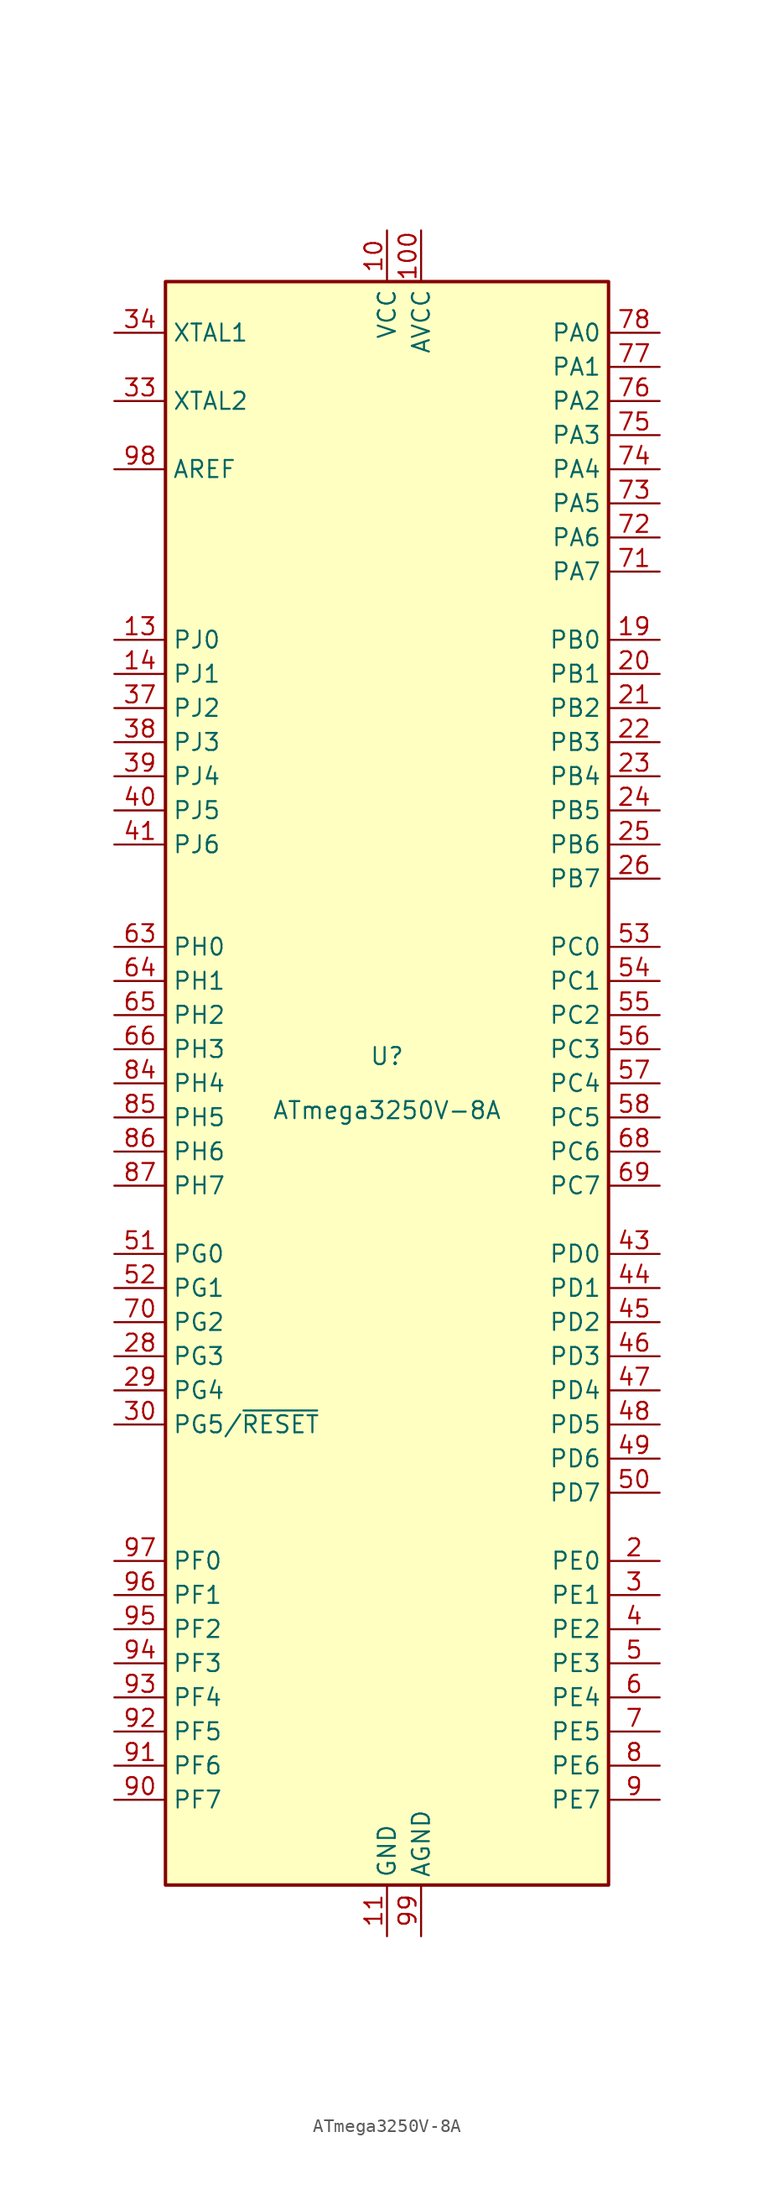
<source format=kicad_sym>
(kicad_symbol_lib
  (version 20241209)
  (generator "kicad_symbol_editor")
  (generator_version "9.0")
  (symbol "ATmega3250V-8A"
    (property "Reference" "U"
      (at 0 1.27 0)
      (effects (font (size 1.27 1.27)) (justify bottom)))
    (property "Value" "ATmega3250V-8A"
      (at 0 -1.27 0)
      (effects (font (size 1.27 1.27)) (justify top)))
    (symbol "ATmega3250V-8A_0_1"
      (rectangle (start -16.51 -59.69) (end 16.51 59.69) (stroke (width 0.254) (type default)) (fill (type background))))
    (symbol "ATmega3250V-8A_1_1"
      (pin input line (at -20.32 55.88 0) (length 3.81) (name "XTAL1" (effects (font (size 1.27 1.27)))) (number "34" (effects (font (size 1.27 1.27)))))
      (pin output line (at -20.32 50.8 0) (length 3.81) (name "XTAL2" (effects (font (size 1.27 1.27)))) (number "33" (effects (font (size 1.27 1.27)))))
      (pin passive line (at -20.32 45.72 0) (length 3.81) (name "AREF" (effects (font (size 1.27 1.27)))) (number "98" (effects (font (size 1.27 1.27)))))
      (pin bidirectional line (at -20.32 33.02 0) (length 3.81) (name "PJ0" (effects (font (size 1.27 1.27)))) (number "13" (effects (font (size 1.27 1.27)))))
      (pin bidirectional line (at -20.32 30.48 0) (length 3.81) (name "PJ1" (effects (font (size 1.27 1.27)))) (number "14" (effects (font (size 1.27 1.27)))))
      (pin bidirectional line (at -20.32 27.94 0) (length 3.81) (name "PJ2" (effects (font (size 1.27 1.27)))) (number "37" (effects (font (size 1.27 1.27)))))
      (pin bidirectional line (at -20.32 25.4 0) (length 3.81) (name "PJ3" (effects (font (size 1.27 1.27)))) (number "38" (effects (font (size 1.27 1.27)))))
      (pin bidirectional line (at -20.32 22.86 0) (length 3.81) (name "PJ4" (effects (font (size 1.27 1.27)))) (number "39" (effects (font (size 1.27 1.27)))))
      (pin bidirectional line (at -20.32 20.32 0) (length 3.81) (name "PJ5" (effects (font (size 1.27 1.27)))) (number "40" (effects (font (size 1.27 1.27)))))
      (pin bidirectional line (at -20.32 17.78 0) (length 3.81) (name "PJ6" (effects (font (size 1.27 1.27)))) (number "41" (effects (font (size 1.27 1.27)))))
      (pin bidirectional line (at -20.32 10.16 0) (length 3.81) (name "PH0" (effects (font (size 1.27 1.27)))) (number "63" (effects (font (size 1.27 1.27)))))
      (pin bidirectional line (at -20.32 7.62 0) (length 3.81) (name "PH1" (effects (font (size 1.27 1.27)))) (number "64" (effects (font (size 1.27 1.27)))))
      (pin bidirectional line (at -20.32 5.08 0) (length 3.81) (name "PH2" (effects (font (size 1.27 1.27)))) (number "65" (effects (font (size 1.27 1.27)))))
      (pin bidirectional line (at -20.32 2.54 0) (length 3.81) (name "PH3" (effects (font (size 1.27 1.27)))) (number "66" (effects (font (size 1.27 1.27)))))
      (pin bidirectional line (at -20.32 0 0) (length 3.81) (name "PH4" (effects (font (size 1.27 1.27)))) (number "84" (effects (font (size 1.27 1.27)))))
      (pin bidirectional line (at -20.32 -2.54 0) (length 3.81) (name "PH5" (effects (font (size 1.27 1.27)))) (number "85" (effects (font (size 1.27 1.27)))))
      (pin bidirectional line (at -20.32 -5.08 0) (length 3.81) (name "PH6" (effects (font (size 1.27 1.27)))) (number "86" (effects (font (size 1.27 1.27)))))
      (pin bidirectional line (at -20.32 -7.62 0) (length 3.81) (name "PH7" (effects (font (size 1.27 1.27)))) (number "87" (effects (font (size 1.27 1.27)))))
      (pin bidirectional line (at -20.32 -12.7 0) (length 3.81) (name "PG0" (effects (font (size 1.27 1.27)))) (number "51" (effects (font (size 1.27 1.27)))))
      (pin bidirectional line (at -20.32 -15.24 0) (length 3.81) (name "PG1" (effects (font (size 1.27 1.27)))) (number "52" (effects (font (size 1.27 1.27)))))
      (pin bidirectional line (at -20.32 -17.78 0) (length 3.81) (name "PG2" (effects (font (size 1.27 1.27)))) (number "70" (effects (font (size 1.27 1.27)))))
      (pin bidirectional line (at -20.32 -20.32 0) (length 3.81) (name "PG3" (effects (font (size 1.27 1.27)))) (number "28" (effects (font (size 1.27 1.27)))))
      (pin bidirectional line (at -20.32 -22.86 0) (length 3.81) (name "PG4" (effects (font (size 1.27 1.27)))) (number "29" (effects (font (size 1.27 1.27)))))
      (pin bidirectional line (at -20.32 -25.4 0) (length 3.81) (name "PG5/~{RESET}" (effects (font (size 1.27 1.27)))) (number "30" (effects (font (size 1.27 1.27)))))
      (pin bidirectional line (at -20.32 -35.56 0) (length 3.81) (name "PF0" (effects (font (size 1.27 1.27)))) (number "97" (effects (font (size 1.27 1.27)))))
      (pin bidirectional line (at -20.32 -38.1 0) (length 3.81) (name "PF1" (effects (font (size 1.27 1.27)))) (number "96" (effects (font (size 1.27 1.27)))))
      (pin bidirectional line (at -20.32 -40.64 0) (length 3.81) (name "PF2" (effects (font (size 1.27 1.27)))) (number "95" (effects (font (size 1.27 1.27)))))
      (pin bidirectional line (at -20.32 -43.18 0) (length 3.81) (name "PF3" (effects (font (size 1.27 1.27)))) (number "94" (effects (font (size 1.27 1.27)))))
      (pin bidirectional line (at -20.32 -45.72 0) (length 3.81) (name "PF4" (effects (font (size 1.27 1.27)))) (number "93" (effects (font (size 1.27 1.27)))))
      (pin bidirectional line (at -20.32 -48.26 0) (length 3.81) (name "PF5" (effects (font (size 1.27 1.27)))) (number "92" (effects (font (size 1.27 1.27)))))
      (pin bidirectional line (at -20.32 -50.8 0) (length 3.81) (name "PF6" (effects (font (size 1.27 1.27)))) (number "91" (effects (font (size 1.27 1.27)))))
      (pin bidirectional line (at -20.32 -53.34 0) (length 3.81) (name "PF7" (effects (font (size 1.27 1.27)))) (number "90" (effects (font (size 1.27 1.27)))))
      (pin no_connect line (at -15.24 40.64 0) (length 2.54) (hide yes) (name "NC" (effects (font (size 1.27 1.27)))) (number "1" (effects (font (size 1.27 1.27)))))
      (pin no_connect line (at -15.24 38.1 0) (length 2.54) (hide yes) (name "NC" (effects (font (size 1.27 1.27)))) (number "12" (effects (font (size 1.27 1.27)))))
      (pin no_connect line (at -15.24 35.56 0) (length 2.54) (hide yes) (name "NC" (effects (font (size 1.27 1.27)))) (number "15" (effects (font (size 1.27 1.27)))))
      (pin no_connect line (at -15.24 15.24 0) (length 2.54) (hide yes) (name "NC" (effects (font (size 1.27 1.27)))) (number "16" (effects (font (size 1.27 1.27)))))
      (pin no_connect line (at -15.24 12.7 0) (length 2.54) (hide yes) (name "NC" (effects (font (size 1.27 1.27)))) (number "17" (effects (font (size 1.27 1.27)))))
      (pin no_connect line (at -15.24 -10.16 0) (length 2.54) (hide yes) (name "NC" (effects (font (size 1.27 1.27)))) (number "18" (effects (font (size 1.27 1.27)))))
      (pin no_connect line (at -15.24 -27.94 0) (length 2.54) (hide yes) (name "NC" (effects (font (size 1.27 1.27)))) (number "27" (effects (font (size 1.27 1.27)))))
      (pin no_connect line (at -15.24 -30.48 0) (length 2.54) (hide yes) (name "NC" (effects (font (size 1.27 1.27)))) (number "35" (effects (font (size 1.27 1.27)))))
      (pin no_connect line (at -15.24 -33.02 0) (length 2.54) (hide yes) (name "NC" (effects (font (size 1.27 1.27)))) (number "36" (effects (font (size 1.27 1.27)))))
      (pin no_connect line (at -15.24 -58.42 90) (length 2.54) (hide yes) (name "NC" (effects (font (size 1.27 1.27)))) (number "42" (effects (font (size 1.27 1.27)))))
      (pin no_connect line (at -12.7 -58.42 90) (length 2.54) (hide yes) (name "NC" (effects (font (size 1.27 1.27)))) (number "59" (effects (font (size 1.27 1.27)))))
      (pin no_connect line (at -10.16 -58.42 90) (length 2.54) (hide yes) (name "NC" (effects (font (size 1.27 1.27)))) (number "60" (effects (font (size 1.27 1.27)))))
      (pin no_connect line (at -7.62 -58.42 90) (length 2.54) (hide yes) (name "NC" (effects (font (size 1.27 1.27)))) (number "61" (effects (font (size 1.27 1.27)))))
      (pin no_connect line (at -5.08 -58.42 90) (length 2.54) (hide yes) (name "NC" (effects (font (size 1.27 1.27)))) (number "62" (effects (font (size 1.27 1.27)))))
      (pin no_connect line (at -2.54 -58.42 90) (length 2.54) (hide yes) (name "NC" (effects (font (size 1.27 1.27)))) (number "67" (effects (font (size 1.27 1.27)))))
      (pin power_in line (at 0 63.5 270) (length 3.81) (name "VCC" (effects (font (size 1.27 1.27)))) (number "10" (effects (font (size 1.27 1.27)))))
      (pin passive line (at 0 63.5 270) (length 3.81) (hide yes) (name "VCC" (effects (font (size 1.27 1.27)))) (number "31" (effects (font (size 1.27 1.27)))))
      (pin passive line (at 0 63.5 270) (length 3.81) (hide yes) (name "VCC" (effects (font (size 1.27 1.27)))) (number "80" (effects (font (size 1.27 1.27)))))
      (pin power_in line (at 0 -63.5 90) (length 3.81) (name "GND" (effects (font (size 1.27 1.27)))) (number "11" (effects (font (size 1.27 1.27)))))
      (pin passive line (at 0 -63.5 90) (length 3.81) (hide yes) (name "GND" (effects (font (size 1.27 1.27)))) (number "32" (effects (font (size 1.27 1.27)))))
      (pin passive line (at 0 -63.5 90) (length 3.81) (hide yes) (name "GND" (effects (font (size 1.27 1.27)))) (number "81" (effects (font (size 1.27 1.27)))))
      (pin power_in line (at 2.54 63.5 270) (length 3.81) (name "AVCC" (effects (font (size 1.27 1.27)))) (number "100" (effects (font (size 1.27 1.27)))))
      (pin power_in line (at 2.54 -63.5 90) (length 3.81) (name "AGND" (effects (font (size 1.27 1.27)))) (number "99" (effects (font (size 1.27 1.27)))))
      (pin no_connect line (at 5.08 -58.42 90) (length 2.54) (hide yes) (name "NC" (effects (font (size 1.27 1.27)))) (number "79" (effects (font (size 1.27 1.27)))))
      (pin no_connect line (at 7.62 -58.42 90) (length 2.54) (hide yes) (name "NC" (effects (font (size 1.27 1.27)))) (number "82" (effects (font (size 1.27 1.27)))))
      (pin no_connect line (at 10.16 -58.42 90) (length 2.54) (hide yes) (name "NC" (effects (font (size 1.27 1.27)))) (number "83" (effects (font (size 1.27 1.27)))))
      (pin no_connect line (at 12.7 -58.42 90) (length 2.54) (hide yes) (name "NC" (effects (font (size 1.27 1.27)))) (number "88" (effects (font (size 1.27 1.27)))))
      (pin no_connect line (at 15.24 -58.42 90) (length 2.54) (hide yes) (name "NC" (effects (font (size 1.27 1.27)))) (number "89" (effects (font (size 1.27 1.27)))))
      (pin bidirectional line (at 20.32 55.88 180) (length 3.81) (name "PA0" (effects (font (size 1.27 1.27)))) (number "78" (effects (font (size 1.27 1.27)))))
      (pin bidirectional line (at 20.32 53.34 180) (length 3.81) (name "PA1" (effects (font (size 1.27 1.27)))) (number "77" (effects (font (size 1.27 1.27)))))
      (pin bidirectional line (at 20.32 50.8 180) (length 3.81) (name "PA2" (effects (font (size 1.27 1.27)))) (number "76" (effects (font (size 1.27 1.27)))))
      (pin bidirectional line (at 20.32 48.26 180) (length 3.81) (name "PA3" (effects (font (size 1.27 1.27)))) (number "75" (effects (font (size 1.27 1.27)))))
      (pin bidirectional line (at 20.32 45.72 180) (length 3.81) (name "PA4" (effects (font (size 1.27 1.27)))) (number "74" (effects (font (size 1.27 1.27)))))
      (pin bidirectional line (at 20.32 43.18 180) (length 3.81) (name "PA5" (effects (font (size 1.27 1.27)))) (number "73" (effects (font (size 1.27 1.27)))))
      (pin bidirectional line (at 20.32 40.64 180) (length 3.81) (name "PA6" (effects (font (size 1.27 1.27)))) (number "72" (effects (font (size 1.27 1.27)))))
      (pin bidirectional line (at 20.32 38.1 180) (length 3.81) (name "PA7" (effects (font (size 1.27 1.27)))) (number "71" (effects (font (size 1.27 1.27)))))
      (pin bidirectional line (at 20.32 33.02 180) (length 3.81) (name "PB0" (effects (font (size 1.27 1.27)))) (number "19" (effects (font (size 1.27 1.27)))))
      (pin bidirectional line (at 20.32 30.48 180) (length 3.81) (name "PB1" (effects (font (size 1.27 1.27)))) (number "20" (effects (font (size 1.27 1.27)))))
      (pin bidirectional line (at 20.32 27.94 180) (length 3.81) (name "PB2" (effects (font (size 1.27 1.27)))) (number "21" (effects (font (size 1.27 1.27)))))
      (pin bidirectional line (at 20.32 25.4 180) (length 3.81) (name "PB3" (effects (font (size 1.27 1.27)))) (number "22" (effects (font (size 1.27 1.27)))))
      (pin bidirectional line (at 20.32 22.86 180) (length 3.81) (name "PB4" (effects (font (size 1.27 1.27)))) (number "23" (effects (font (size 1.27 1.27)))))
      (pin bidirectional line (at 20.32 20.32 180) (length 3.81) (name "PB5" (effects (font (size 1.27 1.27)))) (number "24" (effects (font (size 1.27 1.27)))))
      (pin bidirectional line (at 20.32 17.78 180) (length 3.81) (name "PB6" (effects (font (size 1.27 1.27)))) (number "25" (effects (font (size 1.27 1.27)))))
      (pin bidirectional line (at 20.32 15.24 180) (length 3.81) (name "PB7" (effects (font (size 1.27 1.27)))) (number "26" (effects (font (size 1.27 1.27)))))
      (pin bidirectional line (at 20.32 10.16 180) (length 3.81) (name "PC0" (effects (font (size 1.27 1.27)))) (number "53" (effects (font (size 1.27 1.27)))))
      (pin bidirectional line (at 20.32 7.62 180) (length 3.81) (name "PC1" (effects (font (size 1.27 1.27)))) (number "54" (effects (font (size 1.27 1.27)))))
      (pin bidirectional line (at 20.32 5.08 180) (length 3.81) (name "PC2" (effects (font (size 1.27 1.27)))) (number "55" (effects (font (size 1.27 1.27)))))
      (pin bidirectional line (at 20.32 2.54 180) (length 3.81) (name "PC3" (effects (font (size 1.27 1.27)))) (number "56" (effects (font (size 1.27 1.27)))))
      (pin bidirectional line (at 20.32 0 180) (length 3.81) (name "PC4" (effects (font (size 1.27 1.27)))) (number "57" (effects (font (size 1.27 1.27)))))
      (pin bidirectional line (at 20.32 -2.54 180) (length 3.81) (name "PC5" (effects (font (size 1.27 1.27)))) (number "58" (effects (font (size 1.27 1.27)))))
      (pin bidirectional line (at 20.32 -5.08 180) (length 3.81) (name "PC6" (effects (font (size 1.27 1.27)))) (number "68" (effects (font (size 1.27 1.27)))))
      (pin bidirectional line (at 20.32 -7.62 180) (length 3.81) (name "PC7" (effects (font (size 1.27 1.27)))) (number "69" (effects (font (size 1.27 1.27)))))
      (pin bidirectional line (at 20.32 -12.7 180) (length 3.81) (name "PD0" (effects (font (size 1.27 1.27)))) (number "43" (effects (font (size 1.27 1.27)))))
      (pin bidirectional line (at 20.32 -15.24 180) (length 3.81) (name "PD1" (effects (font (size 1.27 1.27)))) (number "44" (effects (font (size 1.27 1.27)))))
      (pin bidirectional line (at 20.32 -17.78 180) (length 3.81) (name "PD2" (effects (font (size 1.27 1.27)))) (number "45" (effects (font (size 1.27 1.27)))))
      (pin bidirectional line (at 20.32 -20.32 180) (length 3.81) (name "PD3" (effects (font (size 1.27 1.27)))) (number "46" (effects (font (size 1.27 1.27)))))
      (pin bidirectional line (at 20.32 -22.86 180) (length 3.81) (name "PD4" (effects (font (size 1.27 1.27)))) (number "47" (effects (font (size 1.27 1.27)))))
      (pin bidirectional line (at 20.32 -25.4 180) (length 3.81) (name "PD5" (effects (font (size 1.27 1.27)))) (number "48" (effects (font (size 1.27 1.27)))))
      (pin bidirectional line (at 20.32 -27.94 180) (length 3.81) (name "PD6" (effects (font (size 1.27 1.27)))) (number "49" (effects (font (size 1.27 1.27)))))
      (pin bidirectional line (at 20.32 -30.48 180) (length 3.81) (name "PD7" (effects (font (size 1.27 1.27)))) (number "50" (effects (font (size 1.27 1.27)))))
      (pin bidirectional line (at 20.32 -35.56 180) (length 3.81) (name "PE0" (effects (font (size 1.27 1.27)))) (number "2" (effects (font (size 1.27 1.27)))))
      (pin bidirectional line (at 20.32 -38.1 180) (length 3.81) (name "PE1" (effects (font (size 1.27 1.27)))) (number "3" (effects (font (size 1.27 1.27)))))
      (pin bidirectional line (at 20.32 -40.64 180) (length 3.81) (name "PE2" (effects (font (size 1.27 1.27)))) (number "4" (effects (font (size 1.27 1.27)))))
      (pin bidirectional line (at 20.32 -43.18 180) (length 3.81) (name "PE3" (effects (font (size 1.27 1.27)))) (number "5" (effects (font (size 1.27 1.27)))))
      (pin bidirectional line (at 20.32 -45.72 180) (length 3.81) (name "PE4" (effects (font (size 1.27 1.27)))) (number "6" (effects (font (size 1.27 1.27)))))
      (pin bidirectional line (at 20.32 -48.26 180) (length 3.81) (name "PE5" (effects (font (size 1.27 1.27)))) (number "7" (effects (font (size 1.27 1.27)))))
      (pin bidirectional line (at 20.32 -50.8 180) (length 3.81) (name "PE6" (effects (font (size 1.27 1.27)))) (number "8" (effects (font (size 1.27 1.27)))))
      (pin bidirectional line (at 20.32 -53.34 180) (length 3.81) (name "PE7" (effects (font (size 1.27 1.27)))) (number "9" (effects (font (size 1.27 1.27))))))))
</source>
